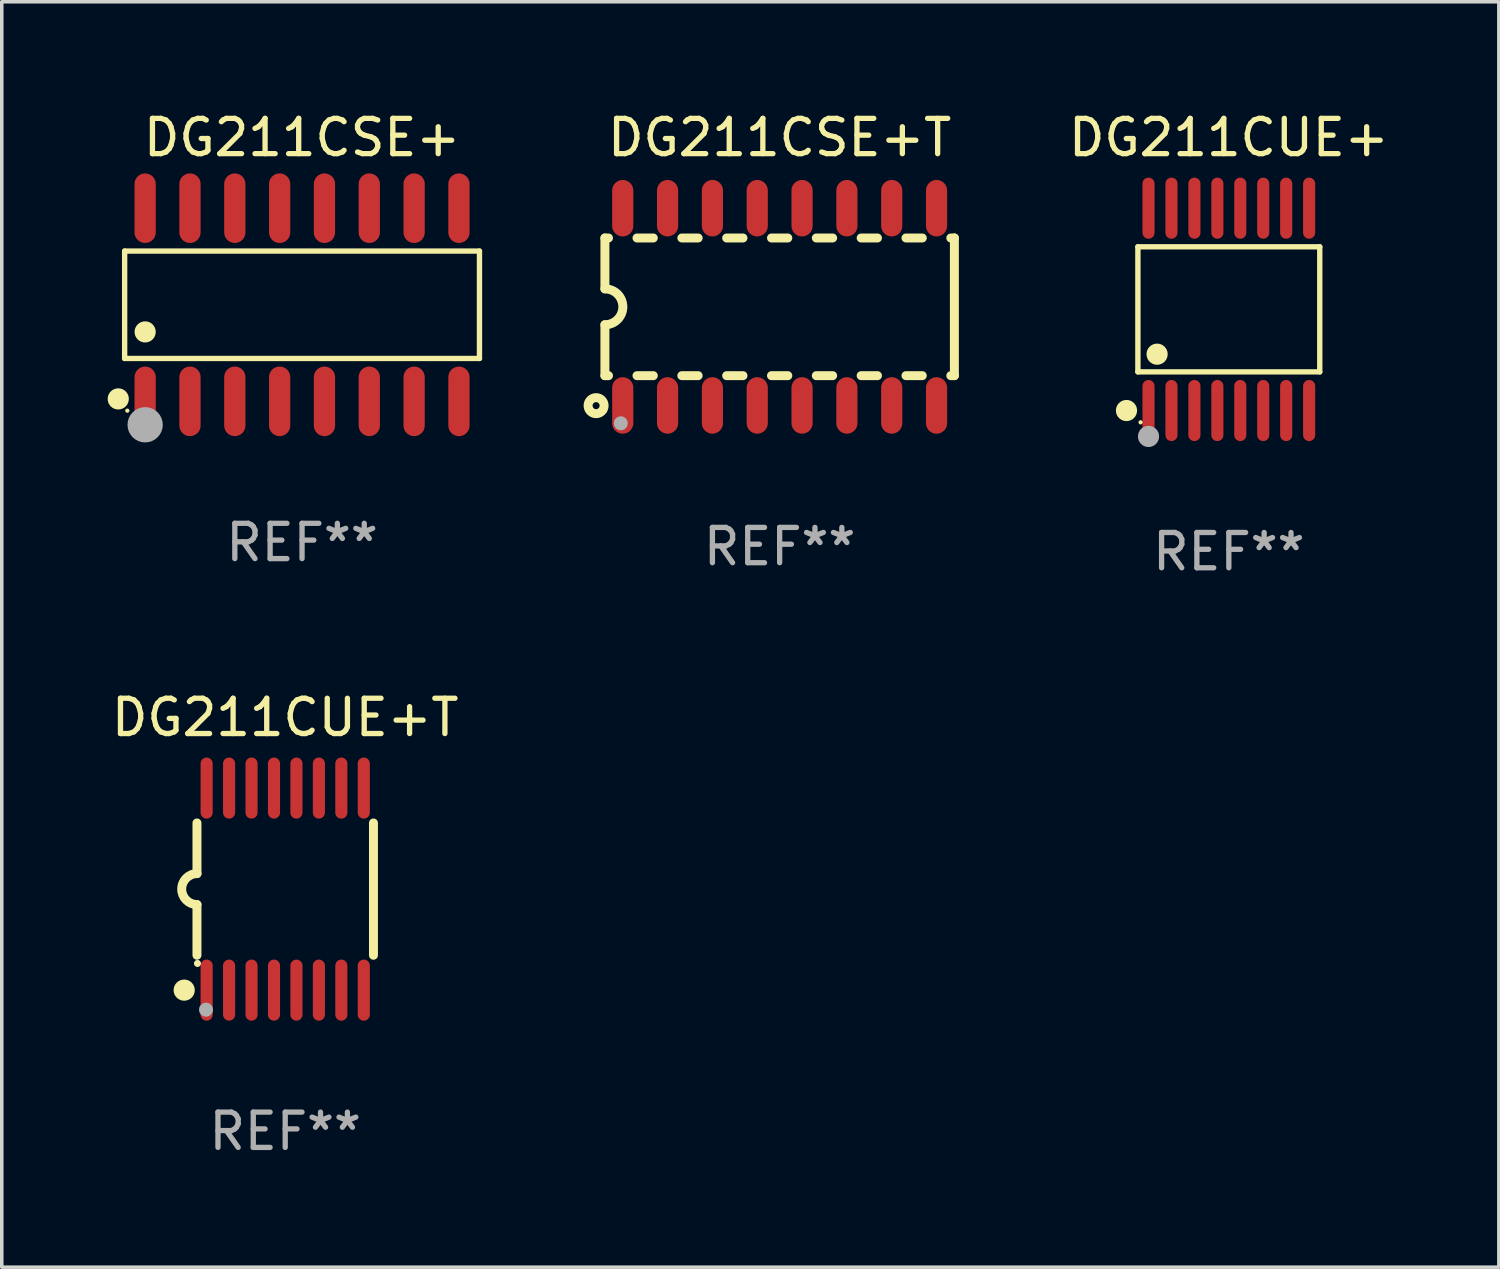
<source format=kicad_pcb>
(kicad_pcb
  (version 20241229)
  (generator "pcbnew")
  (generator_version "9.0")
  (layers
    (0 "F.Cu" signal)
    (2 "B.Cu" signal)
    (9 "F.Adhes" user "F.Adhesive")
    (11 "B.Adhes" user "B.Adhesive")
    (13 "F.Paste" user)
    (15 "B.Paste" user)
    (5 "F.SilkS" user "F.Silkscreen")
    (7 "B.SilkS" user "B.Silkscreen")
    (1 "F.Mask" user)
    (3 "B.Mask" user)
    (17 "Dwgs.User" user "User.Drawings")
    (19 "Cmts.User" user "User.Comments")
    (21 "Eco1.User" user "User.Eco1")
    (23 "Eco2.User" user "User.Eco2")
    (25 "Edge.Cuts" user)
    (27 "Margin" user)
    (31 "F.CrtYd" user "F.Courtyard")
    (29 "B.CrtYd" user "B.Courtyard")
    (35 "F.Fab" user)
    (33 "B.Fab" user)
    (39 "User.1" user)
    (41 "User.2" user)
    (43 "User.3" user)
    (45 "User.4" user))
  (footprint "DG211CUE+T"
    (layer "F.Cu")
    (at 5.03 22.138)
    (property "Reference" "DG211CUE+T" (at 0 -4.862 0) (layer "F.SilkS") (effects (font (size 1 1) (thickness 0.15))))
    (attr through_hole)
    (fp_line (start -2.5 -1.874) (end -2.5 -0.439) (stroke (width 0.254) (type solid)) (layer "F.SilkS"))
    (fp_line (start -2.5 1.874) (end -2.5 0.439) (stroke (width 0.254) (type solid)) (layer "F.SilkS"))
    (fp_line (start 2.5 -1.874) (end 2.5 1.874) (stroke (width 0.254) (type solid)) (layer "F.SilkS"))
    (fp_arc (start -2.5 0.438989) (mid -2.938633 -0.000597) (end -2.499365 -0.439547) (stroke (width 0.254001) (type solid)) (layer "F.SilkS"))
    (fp_circle (center -2.862 2.862) (end -2.712 2.862) (stroke (width 0.3) (type solid)) (fill no) (layer "F.SilkS"))
    (fp_circle (center -2.486 2.106) (end -2.436 2.106) (stroke (width 0.1) (type solid)) (fill no) (layer "F.SilkS"))
    (fp_circle (center -2.244 3.416) (end -2.144 3.416) (stroke (width 0.2) (type solid)) (fill no) (layer "F.Fab"))
    (fp_text user "REF**" (at 0 6.862 0) (layer "F.Fab") (effects (font (size 1 1) (thickness 0.15))))
    (pad "1" smd oval (at -2.226 2.862) (size 0.343 1.731) (layers "F.Cu" "F.Mask" "F.Paste"))
    (pad "2" smd oval (at -1.59 2.862) (size 0.343 1.731) (layers "F.Cu" "F.Mask" "F.Paste"))
    (pad "3" smd oval (at -0.954 2.862) (size 0.343 1.731) (layers "F.Cu" "F.Mask" "F.Paste"))
    (pad "4" smd oval (at -0.318 2.862) (size 0.343 1.731) (layers "F.Cu" "F.Mask" "F.Paste"))
    (pad "5" smd oval (at 0.318 2.862) (size 0.343 1.731) (layers "F.Cu" "F.Mask" "F.Paste"))
    (pad "6" smd oval (at 0.954 2.862) (size 0.343 1.731) (layers "F.Cu" "F.Mask" "F.Paste"))
    (pad "7" smd oval (at 1.59 2.862) (size 0.343 1.731) (layers "F.Cu" "F.Mask" "F.Paste"))
    (pad "8" smd oval (at 2.226 2.862) (size 0.343 1.731) (layers "F.Cu" "F.Mask" "F.Paste"))
    (pad "9" smd oval (at 2.226 -2.862) (size 0.343 1.731) (layers "F.Cu" "F.Mask" "F.Paste"))
    (pad "10" smd oval (at 1.59 -2.862) (size 0.343 1.731) (layers "F.Cu" "F.Mask" "F.Paste"))
    (pad "11" smd oval (at 0.954 -2.862) (size 0.343 1.731) (layers "F.Cu" "F.Mask" "F.Paste"))
    (pad "12" smd oval (at 0.318 -2.862) (size 0.343 1.731) (layers "F.Cu" "F.Mask" "F.Paste"))
    (pad "13" smd oval (at -0.318 -2.862) (size 0.343 1.731) (layers "F.Cu" "F.Mask" "F.Paste"))
    (pad "14" smd oval (at -0.954 -2.862) (size 0.343 1.731) (layers "F.Cu" "F.Mask" "F.Paste"))
    (pad "15" smd oval (at -1.59 -2.862) (size 0.343 1.731) (layers "F.Cu" "F.Mask" "F.Paste"))
    (pad "16" smd oval (at -2.226 -2.862) (size 0.343 1.731) (layers "F.Cu" "F.Mask" "F.Paste")))
  (footprint "DG211CSE+T"
    (layer "F.Cu")
    (at 19.037 5.642)
    (property "Reference" "DG211CSE+T" (at 0 -4.794 0) (layer "F.SilkS") (effects (font (size 1 1) (thickness 0.15))))
    (attr through_hole)
    (fp_line (start -4.95 -1.95) (end -4.95 -0.508) (stroke (width 0.254) (type solid)) (layer "F.SilkS"))
    (fp_line (start -4.95 -1.95) (end -4.849 -1.95) (stroke (width 0.254) (type solid)) (layer "F.SilkS"))
    (fp_line (start -4.95 1.95) (end -4.95 0.508) (stroke (width 0.254) (type solid)) (layer "F.SilkS"))
    (fp_line (start -4.95 1.95) (end -4.849 1.95) (stroke (width 0.254) (type solid)) (layer "F.SilkS"))
    (fp_line (start -4.041 -1.95) (end -3.579 -1.95) (stroke (width 0.254) (type solid)) (layer "F.SilkS"))
    (fp_line (start -4.041 1.95) (end -3.579 1.95) (stroke (width 0.254) (type solid)) (layer "F.SilkS"))
    (fp_line (start -2.771 -1.95) (end -2.309 -1.95) (stroke (width 0.254) (type solid)) (layer "F.SilkS"))
    (fp_line (start -2.771 1.95) (end -2.309 1.95) (stroke (width 0.254) (type solid)) (layer "F.SilkS"))
    (fp_line (start -1.501 -1.95) (end -1.039 -1.95) (stroke (width 0.254) (type solid)) (layer "F.SilkS"))
    (fp_line (start -1.501 1.95) (end -1.039 1.95) (stroke (width 0.254) (type solid)) (layer "F.SilkS"))
    (fp_line (start -0.231 -1.95) (end 0.231 -1.95) (stroke (width 0.254) (type solid)) (layer "F.SilkS"))
    (fp_line (start -0.231 1.95) (end 0.231 1.95) (stroke (width 0.254) (type solid)) (layer "F.SilkS"))
    (fp_line (start 1.039 -1.95) (end 1.501 -1.95) (stroke (width 0.254) (type solid)) (layer "F.SilkS"))
    (fp_line (start 1.039 1.95) (end 1.501 1.95) (stroke (width 0.254) (type solid)) (layer "F.SilkS"))
    (fp_line (start 2.309 -1.95) (end 2.771 -1.95) (stroke (width 0.254) (type solid)) (layer "F.SilkS"))
    (fp_line (start 2.309 1.95) (end 2.771 1.95) (stroke (width 0.254) (type solid)) (layer "F.SilkS"))
    (fp_line (start 3.579 -1.95) (end 4.041 -1.95) (stroke (width 0.254) (type solid)) (layer "F.SilkS"))
    (fp_line (start 3.579 1.95) (end 4.041 1.95) (stroke (width 0.254) (type solid)) (layer "F.SilkS"))
    (fp_line (start 4.849 -1.95) (end 4.95 -1.95) (stroke (width 0.254) (type solid)) (layer "F.SilkS"))
    (fp_line (start 4.849 1.95) (end 4.95 1.95) (stroke (width 0.254) (type solid)) (layer "F.SilkS"))
    (fp_line (start 4.95 -1.95) (end 4.95 1.95) (stroke (width 0.254) (type solid)) (layer "F.SilkS"))
    (fp_arc (start -4.95047 -0.508001) (mid -4.442469 -0.000228) (end -4.950013 0.508001) (stroke (width 0.254001) (type solid)) (layer "F.SilkS"))
    (fp_circle (center -5.2 2.8) (end -5.1 2.8) (stroke (width 0.254) (type solid)) (fill no) (layer "F.SilkS"))
    (fp_circle (center -4.95 2.947) (end -4.92 2.947) (stroke (width 0.06) (type solid)) (fill no) (layer "F.SilkS"))
    (fp_circle (center -4.5 3.3) (end -4.4 3.3) (stroke (width 0.2) (type solid)) (fill no) (layer "F.Fab"))
    (fp_text user "REF**" (at 0 6.794 0) (layer "F.Fab") (effects (font (size 1 1) (thickness 0.15))))
    (pad "1" smd oval (at -4.445 2.794) (size 0.6 1.6) (layers "F.Cu" "F.Mask" "F.Paste"))
    (pad "2" smd oval (at -3.175 2.794) (size 0.6 1.6) (layers "F.Cu" "F.Mask" "F.Paste"))
    (pad "3" smd oval (at -1.905 2.794) (size 0.6 1.6) (layers "F.Cu" "F.Mask" "F.Paste"))
    (pad "4" smd oval (at -0.635 2.794) (size 0.6 1.6) (layers "F.Cu" "F.Mask" "F.Paste"))
    (pad "5" smd oval (at 0.635 2.794) (size 0.6 1.6) (layers "F.Cu" "F.Mask" "F.Paste"))
    (pad "6" smd oval (at 1.905 2.794) (size 0.6 1.6) (layers "F.Cu" "F.Mask" "F.Paste"))
    (pad "7" smd oval (at 3.175 2.794) (size 0.6 1.6) (layers "F.Cu" "F.Mask" "F.Paste"))
    (pad "8" smd oval (at 4.445 2.794) (size 0.6 1.6) (layers "F.Cu" "F.Mask" "F.Paste"))
    (pad "9" smd oval (at 4.445 -2.794) (size 0.6 1.6) (layers "F.Cu" "F.Mask" "F.Paste"))
    (pad "10" smd oval (at 3.175 -2.794) (size 0.6 1.6) (layers "F.Cu" "F.Mask" "F.Paste"))
    (pad "11" smd oval (at 1.905 -2.794) (size 0.6 1.6) (layers "F.Cu" "F.Mask" "F.Paste"))
    (pad "12" smd oval (at 0.635 -2.794) (size 0.6 1.6) (layers "F.Cu" "F.Mask" "F.Paste"))
    (pad "13" smd oval (at -0.635 -2.794) (size 0.6 1.6) (layers "F.Cu" "F.Mask" "F.Paste"))
    (pad "14" smd oval (at -1.905 -2.794) (size 0.6 1.6) (layers "F.Cu" "F.Mask" "F.Paste"))
    (pad "15" smd oval (at -3.175 -2.794) (size 0.6 1.6) (layers "F.Cu" "F.Mask" "F.Paste"))
    (pad "16" smd oval (at -4.445 -2.794) (size 0.6 1.6) (layers "F.Cu" "F.Mask" "F.Paste")))
  (footprint "DG211CSE+"
    (layer "F.Cu")
    (at 5.507 5.584)
    (property "Reference" "DG211CSE+" (at 0 -4.736 0) (layer "F.SilkS") (effects (font (size 1 1) (thickness 0.15))))
    (attr through_hole)
    (fp_line (start -5.026 -1.521) (end 5.026 -1.521) (stroke (width 0.152) (type solid)) (layer "F.SilkS"))
    (fp_line (start -5.026 1.521) (end -5.026 -1.521) (stroke (width 0.152) (type solid)) (layer "F.SilkS"))
    (fp_line (start 5.026 -1.521) (end 5.026 1.521) (stroke (width 0.152) (type solid)) (layer "F.SilkS"))
    (fp_line (start 5.026 1.521) (end -5.026 1.521) (stroke (width 0.152) (type solid)) (layer "F.SilkS"))
    (fp_circle (center -5.207 2.667) (end -5.057 2.667) (stroke (width 0.3) (type solid)) (fill no) (layer "F.SilkS"))
    (fp_circle (center -4.95 3) (end -4.92 3) (stroke (width 0.06) (type solid)) (fill no) (layer "F.SilkS"))
    (fp_circle (center -4.445 0.769) (end -4.295 0.769) (stroke (width 0.3) (type solid)) (fill no) (layer "F.SilkS"))
    (fp_circle (center -4.445 3.4) (end -4.195 3.4) (stroke (width 0.5) (type solid)) (fill no) (layer "F.Fab"))
    (fp_text user "REF**" (at 0 6.736 0) (layer "F.Fab") (effects (font (size 1 1) (thickness 0.15))))
    (pad "1" smd oval (at -4.445 2.736) (size 0.602 1.971) (layers "F.Cu" "F.Mask" "F.Paste"))
    (pad "2" smd oval (at -3.175 2.736) (size 0.602 1.971) (layers "F.Cu" "F.Mask" "F.Paste"))
    (pad "3" smd oval (at -1.905 2.736) (size 0.602 1.971) (layers "F.Cu" "F.Mask" "F.Paste"))
    (pad "4" smd oval (at -0.635 2.736) (size 0.602 1.971) (layers "F.Cu" "F.Mask" "F.Paste"))
    (pad "5" smd oval (at 0.635 2.736) (size 0.602 1.971) (layers "F.Cu" "F.Mask" "F.Paste"))
    (pad "6" smd oval (at 1.905 2.736) (size 0.602 1.971) (layers "F.Cu" "F.Mask" "F.Paste"))
    (pad "7" smd oval (at 3.175 2.736) (size 0.602 1.971) (layers "F.Cu" "F.Mask" "F.Paste"))
    (pad "8" smd oval (at 4.445 2.736) (size 0.602 1.971) (layers "F.Cu" "F.Mask" "F.Paste"))
    (pad "9" smd oval (at 4.445 -2.736) (size 0.602 1.971) (layers "F.Cu" "F.Mask" "F.Paste"))
    (pad "10" smd oval (at 3.175 -2.736) (size 0.602 1.971) (layers "F.Cu" "F.Mask" "F.Paste"))
    (pad "11" smd oval (at 1.905 -2.736) (size 0.602 1.971) (layers "F.Cu" "F.Mask" "F.Paste"))
    (pad "12" smd oval (at 0.635 -2.736) (size 0.602 1.971) (layers "F.Cu" "F.Mask" "F.Paste"))
    (pad "13" smd oval (at -0.635 -2.736) (size 0.602 1.971) (layers "F.Cu" "F.Mask" "F.Paste"))
    (pad "14" smd oval (at -1.905 -2.736) (size 0.602 1.971) (layers "F.Cu" "F.Mask" "F.Paste"))
    (pad "15" smd oval (at -3.175 -2.736) (size 0.602 1.971) (layers "F.Cu" "F.Mask" "F.Paste"))
    (pad "16" smd oval (at -4.445 -2.736) (size 0.602 1.971) (layers "F.Cu" "F.Mask" "F.Paste")))
  (footprint "DG211CUE+"
    (layer "F.Cu")
    (at 31.762 5.714)
    (property "Reference" "DG211CUE+" (at 0 -4.866 0) (layer "F.SilkS") (effects (font (size 1 1) (thickness 0.15))))
    (attr through_hole)
    (fp_line (start -2.576 -1.772) (end 2.576 -1.772) (stroke (width 0.152) (type solid)) (layer "F.SilkS"))
    (fp_line (start -2.576 1.771) (end -2.576 -1.772) (stroke (width 0.152) (type solid)) (layer "F.SilkS"))
    (fp_line (start 2.576 -1.772) (end 2.576 1.771) (stroke (width 0.152) (type solid)) (layer "F.SilkS"))
    (fp_line (start 2.576 1.771) (end -2.576 1.771) (stroke (width 0.152) (type solid)) (layer "F.SilkS"))
    (fp_circle (center -2.899 2.866) (end -2.749 2.866) (stroke (width 0.3) (type solid)) (fill no) (layer "F.SilkS"))
    (fp_circle (center -2.5 3.2) (end -2.47 3.2) (stroke (width 0.06) (type solid)) (fill no) (layer "F.SilkS"))
    (fp_circle (center -2.032 1.27) (end -1.882 1.27) (stroke (width 0.3) (type solid)) (fill no) (layer "F.SilkS"))
    (fp_circle (center -2.275 3.6) (end -2.125 3.6) (stroke (width 0.3) (type solid)) (fill no) (layer "F.Fab"))
    (fp_text user "REF**" (at 0 6.866 0) (layer "F.Fab") (effects (font (size 1 1) (thickness 0.15))))
    (pad "1" smd oval (at -2.275 2.866) (size 0.343 1.731) (layers "F.Cu" "F.Mask" "F.Paste"))
    (pad "2" smd oval (at -1.625 2.866) (size 0.343 1.731) (layers "F.Cu" "F.Mask" "F.Paste"))
    (pad "3" smd oval (at -0.975 2.866) (size 0.343 1.731) (layers "F.Cu" "F.Mask" "F.Paste"))
    (pad "4" smd oval (at -0.325 2.866) (size 0.343 1.731) (layers "F.Cu" "F.Mask" "F.Paste"))
    (pad "5" smd oval (at 0.325 2.866) (size 0.343 1.731) (layers "F.Cu" "F.Mask" "F.Paste"))
    (pad "6" smd oval (at 0.975 2.866) (size 0.343 1.731) (layers "F.Cu" "F.Mask" "F.Paste"))
    (pad "7" smd oval (at 1.625 2.866) (size 0.343 1.731) (layers "F.Cu" "F.Mask" "F.Paste"))
    (pad "8" smd oval (at 2.275 2.866) (size 0.343 1.731) (layers "F.Cu" "F.Mask" "F.Paste"))
    (pad "9" smd oval (at 2.275 -2.866) (size 0.343 1.731) (layers "F.Cu" "F.Mask" "F.Paste"))
    (pad "10" smd oval (at 1.625 -2.866) (size 0.343 1.731) (layers "F.Cu" "F.Mask" "F.Paste"))
    (pad "11" smd oval (at 0.975 -2.866) (size 0.343 1.731) (layers "F.Cu" "F.Mask" "F.Paste"))
    (pad "12" smd oval (at 0.325 -2.866) (size 0.343 1.731) (layers "F.Cu" "F.Mask" "F.Paste"))
    (pad "13" smd oval (at -0.325 -2.866) (size 0.343 1.731) (layers "F.Cu" "F.Mask" "F.Paste"))
    (pad "14" smd oval (at -0.975 -2.866) (size 0.343 1.731) (layers "F.Cu" "F.Mask" "F.Paste"))
    (pad "15" smd oval (at -1.625 -2.866) (size 0.343 1.731) (layers "F.Cu" "F.Mask" "F.Paste"))
    (pad "16" smd oval (at -2.275 -2.866) (size 0.343 1.731) (layers "F.Cu" "F.Mask" "F.Paste")))
  (gr_rect
    (start -3 -3)
    (end 39.411 32.848)
    (stroke (width 0.1) (type default))
    (fill no)
    (layer "Edge.Cuts")))
</source>
